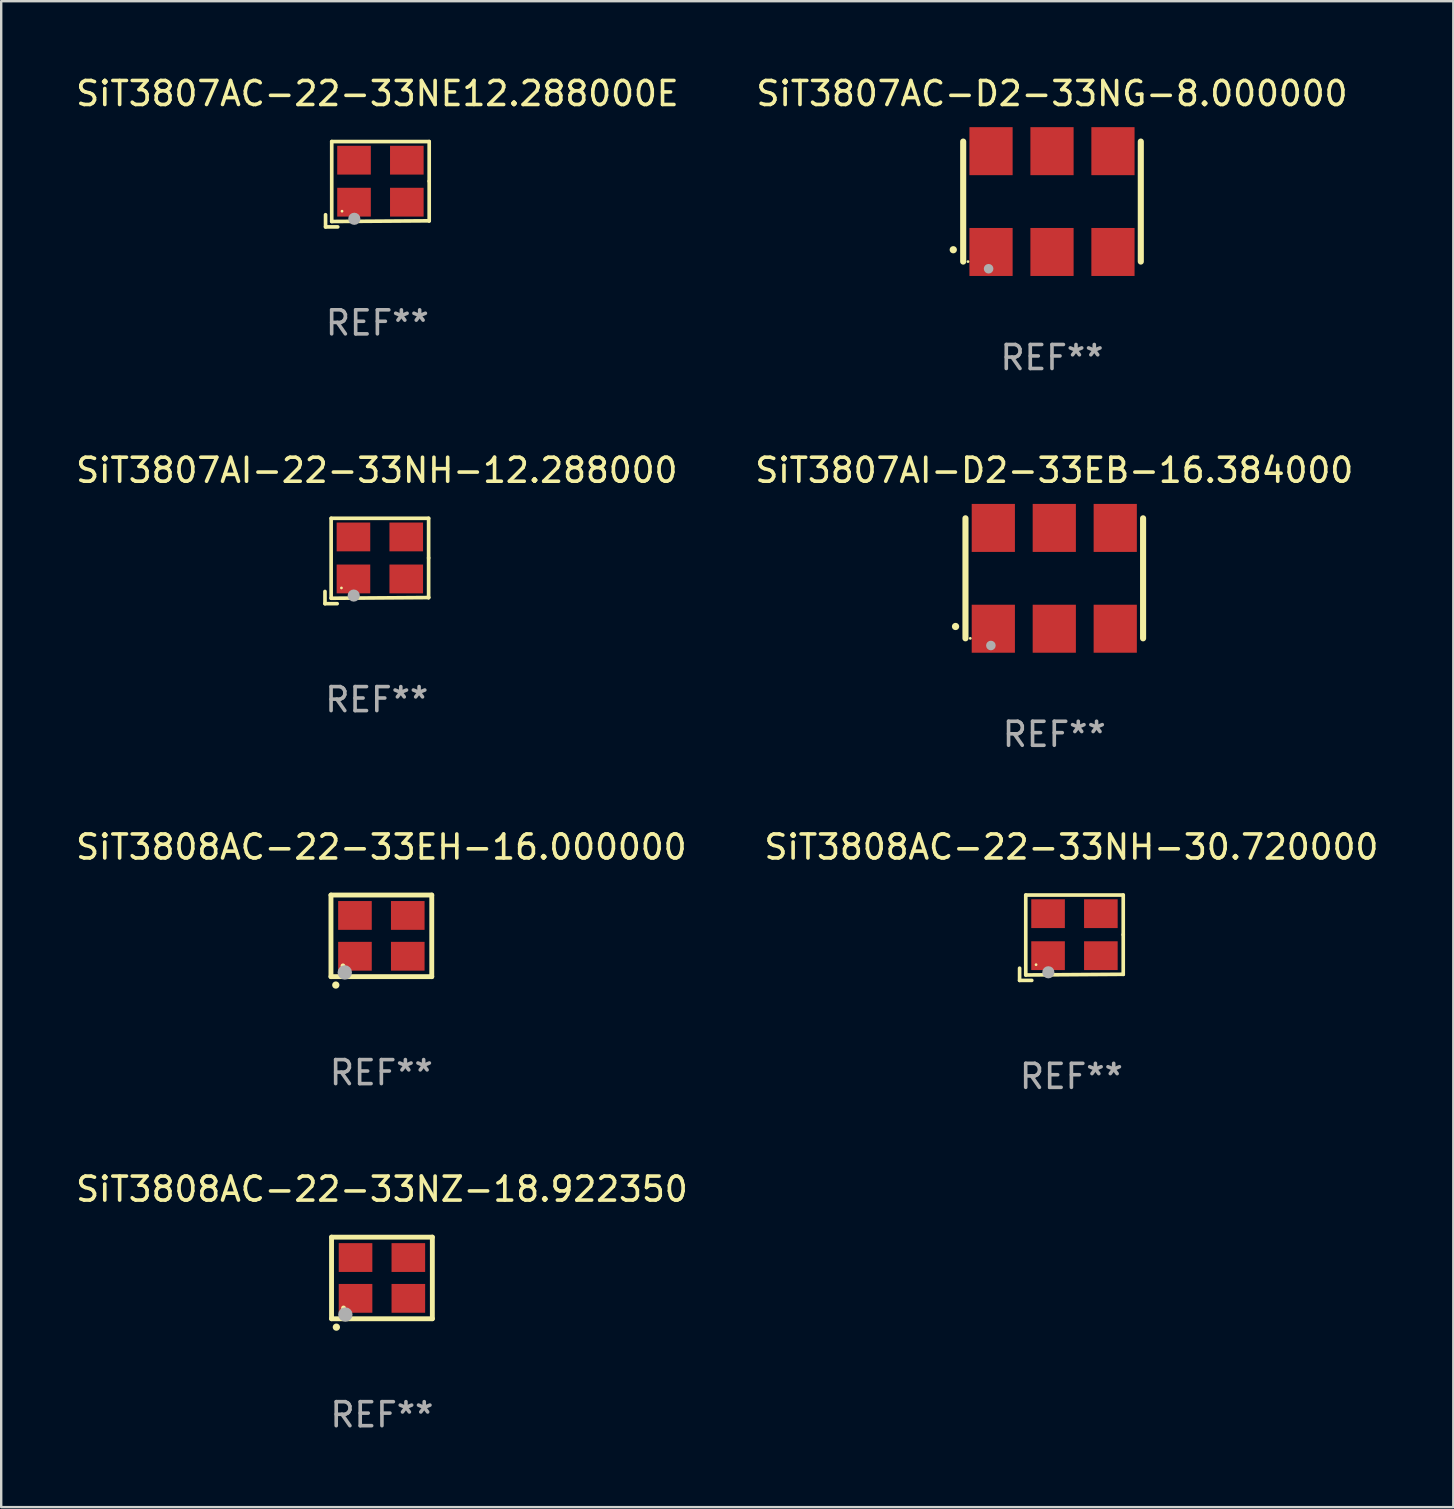
<source format=kicad_pcb>
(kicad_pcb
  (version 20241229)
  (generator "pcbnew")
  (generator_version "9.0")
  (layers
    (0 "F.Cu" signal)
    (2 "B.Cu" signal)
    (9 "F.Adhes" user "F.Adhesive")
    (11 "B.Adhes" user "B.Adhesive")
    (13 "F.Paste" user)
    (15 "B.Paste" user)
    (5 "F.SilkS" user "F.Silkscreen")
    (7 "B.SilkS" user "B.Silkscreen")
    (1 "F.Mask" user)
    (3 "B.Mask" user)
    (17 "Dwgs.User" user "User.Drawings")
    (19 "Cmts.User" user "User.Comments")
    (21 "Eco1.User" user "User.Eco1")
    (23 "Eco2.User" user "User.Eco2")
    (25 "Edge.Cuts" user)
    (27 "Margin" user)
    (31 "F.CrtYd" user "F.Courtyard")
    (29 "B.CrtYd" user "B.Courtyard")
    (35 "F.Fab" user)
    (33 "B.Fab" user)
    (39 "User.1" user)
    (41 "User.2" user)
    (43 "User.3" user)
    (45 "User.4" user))
  (footprint "SiT3807AC-D2-33NG-8.000000"
    (layer "F.Cu")
    (at 40.78 5.348)
    (property "Reference" "SiT3807AC-D2-33NG-8.000000" (at 0 -4.5 0) (layer "F.SilkS") (effects (font (size 1 1) (thickness 0.15))))
    (attr through_hole)
    (fp_line (start -3.7 -2.5) (end -3.7 2.5) (stroke (width 0.254) (type solid)) (layer "F.SilkS"))
    (fp_line (start 3.7 -2.5) (end 3.7 2.5) (stroke (width 0.254) (type solid)) (layer "F.SilkS"))
    (fp_arc (start -4.114415 2.006604) (mid -4.113145 2.006599) (end -4.111875 2.006604) (stroke (width 0.3) (type solid)) (layer "F.SilkS"))
    (fp_circle (center -3.5 2.501) (end -3.47 2.501) (stroke (width 0.06) (type solid)) (fill no) (layer "F.SilkS"))
    (fp_circle (center -2.641 2.799) (end -2.541 2.799) (stroke (width 0.2) (type solid)) (fill no) (layer "F.Fab"))
    (fp_text user "REF**" (at 0 6.5 0) (layer "F.Fab") (effects (font (size 1 1) (thickness 0.15))))
    (pad "1" smd rect (at -2.54 2.1) (size 1.8 2) (layers "F.Cu" "F.Mask" "F.Paste"))
    (pad "2" smd rect (at 0.000394 2.1) (size 1.8 2) (layers "F.Cu" "F.Mask" "F.Paste"))
    (pad "3" smd rect (at 2.54 2.1) (size 1.8 2) (layers "F.Cu" "F.Mask" "F.Paste"))
    (pad "4" smd rect (at 2.54 -2.1) (size 1.8 2) (layers "F.Cu" "F.Mask" "F.Paste"))
    (pad "5" smd rect (at 0.000394 -2.1) (size 1.8 2) (layers "F.Cu" "F.Mask" "F.Paste"))
    (pad "6" smd rect (at -2.54 -2.1) (size 1.8 2) (layers "F.Cu" "F.Mask" "F.Paste")))
  (footprint "SiT3808AC-22-33EH-16.000000"
    (layer "F.Cu")
    (at 12.839 35.941)
    (property "Reference" "SiT3808AC-22-33EH-16.000000" (at 0 -3.7 0) (layer "F.SilkS") (effects (font (size 1 1) (thickness 0.15))))
    (attr through_hole)
    (fp_line (start -2.1 -1.7) (end -2.1 1.7) (stroke (width 0.203) (type solid)) (layer "F.SilkS"))
    (fp_line (start -2.1 1.7) (end 2.1 1.7) (stroke (width 0.203) (type solid)) (layer "F.SilkS"))
    (fp_line (start 2.1 -1.7) (end -2.1 -1.7) (stroke (width 0.203) (type solid)) (layer "F.SilkS"))
    (fp_line (start 2.1 1.7) (end 2.1 -1.7) (stroke (width 0.203) (type solid)) (layer "F.SilkS"))
    (fp_arc (start -1.899924 2.049784) (mid -1.898654 2.049779) (end -1.897384 2.049784) (stroke (width 0.3) (type solid)) (layer "F.SilkS"))
    (fp_circle (center -1.6 1.25) (end -1.55 1.25) (stroke (width 0.1) (type solid)) (fill no) (layer "F.SilkS"))
    (fp_circle (center -1.524 1.524) (end -1.374 1.524) (stroke (width 0.3) (type solid)) (fill no) (layer "F.Fab"))
    (fp_text user "REF**" (at 0 5.7 0) (layer "F.Fab") (effects (font (size 1 1) (thickness 0.15))))
    (pad "1" smd rect (at -1.1 0.85) (size 1.4 1.2) (layers "F.Cu" "F.Mask" "F.Paste"))
    (pad "2" smd rect (at 1.1 0.85) (size 1.4 1.2) (layers "F.Cu" "F.Mask" "F.Paste"))
    (pad "3" smd rect (at 1.1 -0.85) (size 1.4 1.2) (layers "F.Cu" "F.Mask" "F.Paste"))
    (pad "4" smd rect (at -1.1 -0.85) (size 1.4 1.2) (layers "F.Cu" "F.Mask" "F.Paste")))
  (footprint "SiT3808AC-22-33NH-30.720000"
    (layer "F.Cu")
    (at 41.589 36.019)
    (property "Reference" "SiT3808AC-22-33NH-30.720000" (at 0 -3.778 0) (layer "F.SilkS") (effects (font (size 1 1) (thickness 0.15))))
    (attr through_hole)
    (fp_line (start -2.159 1.27) (end -2.159 1.778) (stroke (width 0.152) (type solid)) (layer "F.SilkS"))
    (fp_line (start -2.159 1.778) (end -1.651 1.778) (stroke (width 0.152) (type solid)) (layer "F.SilkS"))
    (fp_line (start -1.902 -1.778) (end 2.159 -1.778) (stroke (width 0.152) (type solid)) (layer "F.SilkS"))
    (fp_line (start -1.902 1.552) (end -1.902 -1.778) (stroke (width 0.152) (type solid)) (layer "F.SilkS"))
    (fp_line (start 2.159 -1.778) (end 2.159 -0.127) (stroke (width 0.152) (type solid)) (layer "F.SilkS"))
    (fp_line (start 2.159 -0.127) (end 2.159 1.524) (stroke (width 0.152) (type solid)) (layer "F.SilkS"))
    (fp_line (start 2.159 1.524) (end -1.902 1.552) (stroke (width 0.152) (type solid)) (layer "F.SilkS"))
    (fp_line (start 2.159 1.524) (end 2.159 1.524) (stroke (width 0.152) (type solid)) (layer "F.SilkS"))
    (fp_circle (center -1.473 1.123) (end -1.443 1.123) (stroke (width 0.06) (type solid)) (fill no) (layer "F.SilkS"))
    (fp_circle (center -0.961 1.44) (end -0.834 1.44) (stroke (width 0.254) (type solid)) (fill no) (layer "F.Fab"))
    (fp_text user "REF**" (at 0 5.778 0) (layer "F.Fab") (effects (font (size 1 1) (thickness 0.15))))
    (pad "1" smd rect (at -0.973 0.748) (size 1.4 1.2) (layers "F.Cu" "F.Mask" "F.Paste"))
    (pad "2" smd rect (at 1.227 0.748) (size 1.4 1.2) (layers "F.Cu" "F.Mask" "F.Paste"))
    (pad "3" smd rect (at 1.227 -1.002) (size 1.4 1.2) (layers "F.Cu" "F.Mask" "F.Paste"))
    (pad "4" smd rect (at -0.973 -1.002) (size 1.4 1.2) (layers "F.Cu" "F.Mask" "F.Paste")))
  (footprint "SiT3807AC-22-33NE12.288000E"
    (layer "F.Cu")
    (at 12.673 4.626)
    (property "Reference" "SiT3807AC-22-33NE12.288000E" (at 0 -3.778 0) (layer "F.SilkS") (effects (font (size 1 1) (thickness 0.15))))
    (attr through_hole)
    (fp_line (start -2.159 1.27) (end -2.159 1.778) (stroke (width 0.152) (type solid)) (layer "F.SilkS"))
    (fp_line (start -2.159 1.778) (end -1.651 1.778) (stroke (width 0.152) (type solid)) (layer "F.SilkS"))
    (fp_line (start -1.902 -1.778) (end 2.159 -1.778) (stroke (width 0.152) (type solid)) (layer "F.SilkS"))
    (fp_line (start -1.902 1.552) (end -1.902 -1.778) (stroke (width 0.152) (type solid)) (layer "F.SilkS"))
    (fp_line (start 2.159 -1.778) (end 2.159 -0.127) (stroke (width 0.152) (type solid)) (layer "F.SilkS"))
    (fp_line (start 2.159 -0.127) (end 2.159 1.524) (stroke (width 0.152) (type solid)) (layer "F.SilkS"))
    (fp_line (start 2.159 1.524) (end -1.902 1.552) (stroke (width 0.152) (type solid)) (layer "F.SilkS"))
    (fp_line (start 2.159 1.524) (end 2.159 1.524) (stroke (width 0.152) (type solid)) (layer "F.SilkS"))
    (fp_circle (center -1.473 1.123) (end -1.443 1.123) (stroke (width 0.06) (type solid)) (fill no) (layer "F.SilkS"))
    (fp_circle (center -0.961 1.44) (end -0.834 1.44) (stroke (width 0.254) (type solid)) (fill no) (layer "F.Fab"))
    (fp_text user "REF**" (at 0 5.778 0) (layer "F.Fab") (effects (font (size 1 1) (thickness 0.15))))
    (pad "1" smd rect (at -0.973 0.748) (size 1.4 1.2) (layers "F.Cu" "F.Mask" "F.Paste"))
    (pad "2" smd rect (at 1.227 0.748) (size 1.4 1.2) (layers "F.Cu" "F.Mask" "F.Paste"))
    (pad "3" smd rect (at 1.227 -1.002) (size 1.4 1.2) (layers "F.Cu" "F.Mask" "F.Paste"))
    (pad "4" smd rect (at -0.973 -1.002) (size 1.4 1.2) (layers "F.Cu" "F.Mask" "F.Paste")))
  (footprint "SiT3807AI-D2-33EB-16.384000"
    (layer "F.Cu")
    (at 40.875 21.045)
    (property "Reference" "SiT3807AI-D2-33EB-16.384000" (at 0 -4.5 0) (layer "F.SilkS") (effects (font (size 1 1) (thickness 0.15))))
    (attr through_hole)
    (fp_line (start -3.7 -2.5) (end -3.7 2.5) (stroke (width 0.254) (type solid)) (layer "F.SilkS"))
    (fp_line (start 3.7 -2.5) (end 3.7 2.5) (stroke (width 0.254) (type solid)) (layer "F.SilkS"))
    (fp_arc (start -4.114415 2.006604) (mid -4.113145 2.006599) (end -4.111875 2.006604) (stroke (width 0.3) (type solid)) (layer "F.SilkS"))
    (fp_circle (center -3.5 2.501) (end -3.47 2.501) (stroke (width 0.06) (type solid)) (fill no) (layer "F.SilkS"))
    (fp_circle (center -2.641 2.799) (end -2.541 2.799) (stroke (width 0.2) (type solid)) (fill no) (layer "F.Fab"))
    (fp_text user "REF**" (at 0 6.5 0) (layer "F.Fab") (effects (font (size 1 1) (thickness 0.15))))
    (pad "1" smd rect (at -2.54 2.1) (size 1.8 2) (layers "F.Cu" "F.Mask" "F.Paste"))
    (pad "2" smd rect (at 0.000394 2.1) (size 1.8 2) (layers "F.Cu" "F.Mask" "F.Paste"))
    (pad "3" smd rect (at 2.54 2.1) (size 1.8 2) (layers "F.Cu" "F.Mask" "F.Paste"))
    (pad "4" smd rect (at 2.54 -2.1) (size 1.8 2) (layers "F.Cu" "F.Mask" "F.Paste"))
    (pad "5" smd rect (at 0.000394 -2.1) (size 1.8 2) (layers "F.Cu" "F.Mask" "F.Paste"))
    (pad "6" smd rect (at -2.54 -2.1) (size 1.8 2) (layers "F.Cu" "F.Mask" "F.Paste")))
  (footprint "SiT3807AI-22-33NH-12.288000"
    (layer "F.Cu")
    (at 12.649 20.323)
    (property "Reference" "SiT3807AI-22-33NH-12.288000" (at 0 -3.778 0) (layer "F.SilkS") (effects (font (size 1 1) (thickness 0.15))))
    (attr through_hole)
    (fp_line (start -2.159 1.27) (end -2.159 1.778) (stroke (width 0.152) (type solid)) (layer "F.SilkS"))
    (fp_line (start -2.159 1.778) (end -1.651 1.778) (stroke (width 0.152) (type solid)) (layer "F.SilkS"))
    (fp_line (start -1.902 -1.778) (end 2.159 -1.778) (stroke (width 0.152) (type solid)) (layer "F.SilkS"))
    (fp_line (start -1.902 1.552) (end -1.902 -1.778) (stroke (width 0.152) (type solid)) (layer "F.SilkS"))
    (fp_line (start 2.159 -1.778) (end 2.159 -0.127) (stroke (width 0.152) (type solid)) (layer "F.SilkS"))
    (fp_line (start 2.159 -0.127) (end 2.159 1.524) (stroke (width 0.152) (type solid)) (layer "F.SilkS"))
    (fp_line (start 2.159 1.524) (end -1.902 1.552) (stroke (width 0.152) (type solid)) (layer "F.SilkS"))
    (fp_line (start 2.159 1.524) (end 2.159 1.524) (stroke (width 0.152) (type solid)) (layer "F.SilkS"))
    (fp_circle (center -1.473 1.123) (end -1.443 1.123) (stroke (width 0.06) (type solid)) (fill no) (layer "F.SilkS"))
    (fp_circle (center -0.961 1.44) (end -0.834 1.44) (stroke (width 0.254) (type solid)) (fill no) (layer "F.Fab"))
    (fp_text user "REF**" (at 0 5.778 0) (layer "F.Fab") (effects (font (size 1 1) (thickness 0.15))))
    (pad "1" smd rect (at -0.973 0.748) (size 1.4 1.2) (layers "F.Cu" "F.Mask" "F.Paste"))
    (pad "2" smd rect (at 1.227 0.748) (size 1.4 1.2) (layers "F.Cu" "F.Mask" "F.Paste"))
    (pad "3" smd rect (at 1.227 -1.002) (size 1.4 1.2) (layers "F.Cu" "F.Mask" "F.Paste"))
    (pad "4" smd rect (at -0.973 -1.002) (size 1.4 1.2) (layers "F.Cu" "F.Mask" "F.Paste")))
  (footprint "SiT3808AC-22-33NZ-18.922350"
    (layer "F.Cu")
    (at 12.863 50.194)
    (property "Reference" "SiT3808AC-22-33NZ-18.922350" (at 0 -3.7 0) (layer "F.SilkS") (effects (font (size 1 1) (thickness 0.15))))
    (attr through_hole)
    (fp_line (start -2.1 -1.7) (end -2.1 1.7) (stroke (width 0.203) (type solid)) (layer "F.SilkS"))
    (fp_line (start -2.1 1.7) (end 2.1 1.7) (stroke (width 0.203) (type solid)) (layer "F.SilkS"))
    (fp_line (start 2.1 -1.7) (end -2.1 -1.7) (stroke (width 0.203) (type solid)) (layer "F.SilkS"))
    (fp_line (start 2.1 1.7) (end 2.1 -1.7) (stroke (width 0.203) (type solid)) (layer "F.SilkS"))
    (fp_arc (start -1.899924 2.049784) (mid -1.898654 2.049779) (end -1.897384 2.049784) (stroke (width 0.3) (type solid)) (layer "F.SilkS"))
    (fp_circle (center -1.6 1.25) (end -1.55 1.25) (stroke (width 0.1) (type solid)) (fill no) (layer "F.SilkS"))
    (fp_circle (center -1.524 1.524) (end -1.374 1.524) (stroke (width 0.3) (type solid)) (fill no) (layer "F.Fab"))
    (fp_text user "REF**" (at 0 5.7 0) (layer "F.Fab") (effects (font (size 1 1) (thickness 0.15))))
    (pad "1" smd rect (at -1.1 0.85) (size 1.4 1.2) (layers "F.Cu" "F.Mask" "F.Paste"))
    (pad "2" smd rect (at 1.1 0.85) (size 1.4 1.2) (layers "F.Cu" "F.Mask" "F.Paste"))
    (pad "3" smd rect (at 1.1 -0.85) (size 1.4 1.2) (layers "F.Cu" "F.Mask" "F.Paste"))
    (pad "4" smd rect (at -1.1 -0.85) (size 1.4 1.2) (layers "F.Cu" "F.Mask" "F.Paste")))
  (gr_rect
    (start -3 -3)
    (end 57.5 59.742)
    (stroke (width 0.1) (type default))
    (fill no)
    (layer "Edge.Cuts")))
</source>
